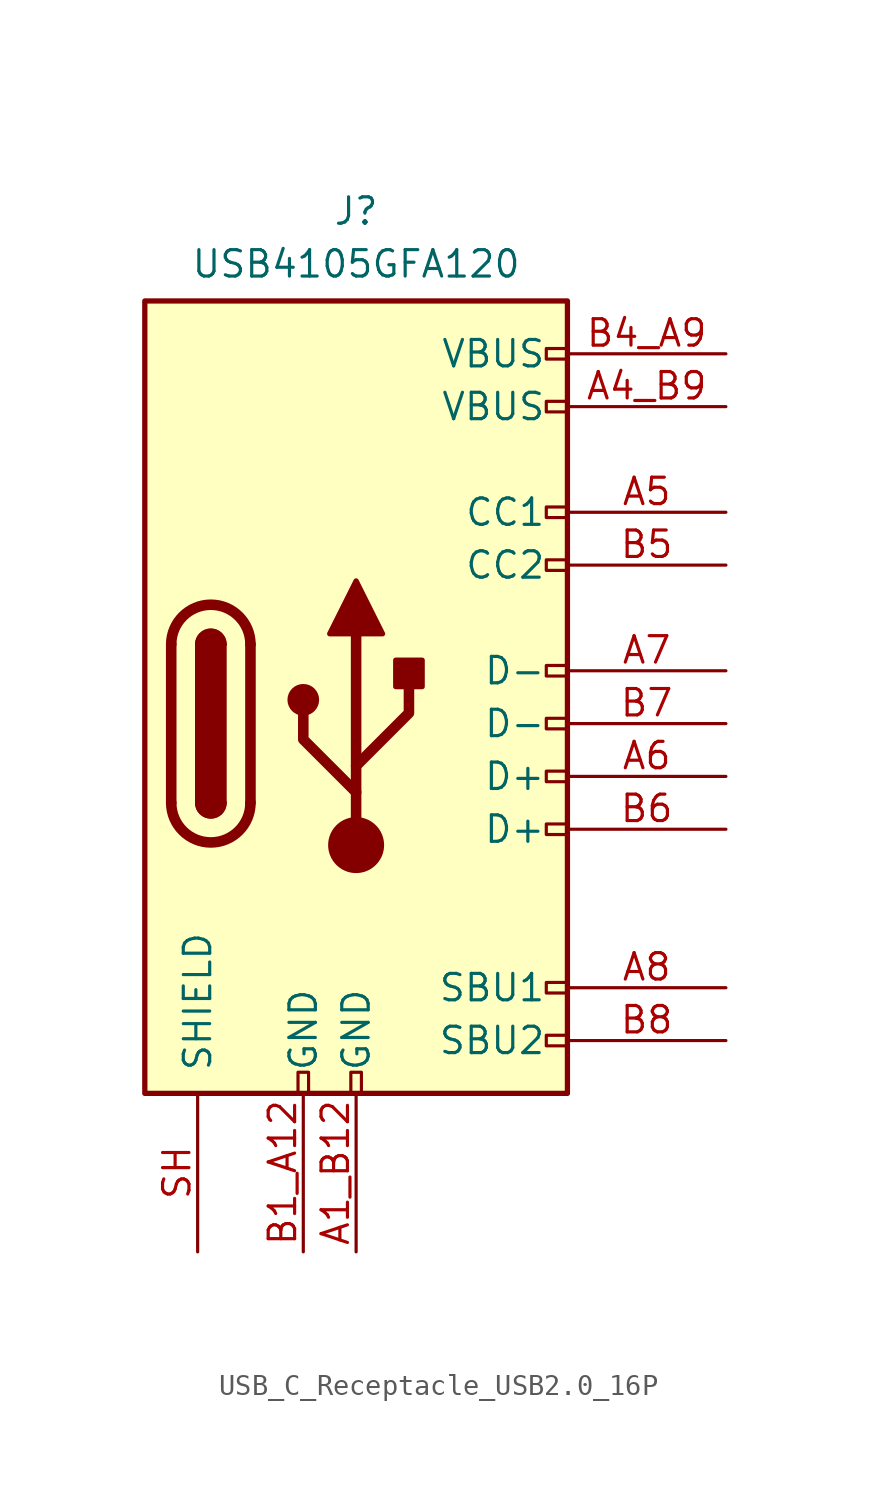
<source format=kicad_sym>
(kicad_symbol_lib
  (version 20231120)
  (generator "kicad_symbol_editor")
  (generator_version "8.0")
  (symbol "USB_C_Receptacle_USB2.0_16P"
    (pin_names
      (offset 1.016))
    (property "Reference" "J"
      (at 0 24.638 0)
      (effects (font (size 1.27 1.27))))
    (property "Value" "USB4105GFA120"
      (at 0 22.098 0)
      (effects (font (size 1.27 1.27))))
    (symbol "USB_C_Receptacle_USB2.0_16P_0_0"
      (rectangle (start -2.286 -17.78) (end -2.794 -16.764) (stroke (width 0) (type default)) (fill (type none)))
      (rectangle (start 0.254 -17.78) (end -0.254 -16.764) (stroke (width 0) (type default)) (fill (type none)))
      (rectangle (start 10.16 -14.986) (end 9.144 -15.494) (stroke (width 0) (type default)) (fill (type none)))
      (rectangle (start 10.16 -12.446) (end 9.144 -12.954) (stroke (width 0) (type default)) (fill (type none)))
      (rectangle (start 10.16 -4.826) (end 9.144 -5.334) (stroke (width 0) (type default)) (fill (type none)))
      (rectangle (start 10.16 -2.286) (end 9.144 -2.794) (stroke (width 0) (type default)) (fill (type none)))
      (rectangle (start 10.16 0.254) (end 9.144 -0.254) (stroke (width 0) (type default)) (fill (type none)))
      (rectangle (start 10.16 2.794) (end 9.144 2.286) (stroke (width 0) (type default)) (fill (type none)))
      (rectangle (start 10.16 7.874) (end 9.144 7.366) (stroke (width 0) (type default)) (fill (type none)))
      (rectangle (start 10.16 10.414) (end 9.144 9.906) (stroke (width 0) (type default)) (fill (type none)))
      (rectangle (start 10.16 15.494) (end 9.144 14.986) (stroke (width 0) (type default)) (fill (type none)))
      (rectangle (start 10.16 18.034) (end 9.144 17.526) (stroke (width 0) (type default)) (fill (type none))))
    (symbol "USB_C_Receptacle_USB2.0_16P_0_1"
      (rectangle (start -10.16 20.32) (end 10.16 -17.78) (stroke (width 0.254) (type default)) (fill (type background)))
      (arc (start -8.89 -3.81) (mid -6.985 -5.7067) (end -5.08 -3.81) (stroke (width 0.508) (type default)) (fill (type none)))
      (arc (start -7.62 -3.81) (mid -6.985 -4.4423) (end -6.35 -3.81) (stroke (width 0.254) (type default)) (fill (type none)))
      (arc (start -7.62 -3.81) (mid -6.985 -4.4423) (end -6.35 -3.81) (stroke (width 0.254) (type default)) (fill (type outline)))
      (rectangle (start -7.62 -3.81) (end -6.35 3.81) (stroke (width 0.254) (type default)) (fill (type outline)))
      (arc (start -6.35 3.81) (mid -6.985 4.4423) (end -7.62 3.81) (stroke (width 0.254) (type default)) (fill (type none)))
      (arc (start -6.35 3.81) (mid -6.985 4.4423) (end -7.62 3.81) (stroke (width 0.254) (type default)) (fill (type outline)))
      (arc (start -5.08 3.81) (mid -6.985 5.7067) (end -8.89 3.81) (stroke (width 0.508) (type default)) (fill (type none)))
      (circle (center -2.54 1.143) (radius 0.635) (stroke (width 0.254) (type default)) (fill (type outline)))
      (circle (center 0 -5.842) (radius 1.27) (stroke (width 0) (type default)) (fill (type outline)))
      (polyline (pts (xy -8.89 -3.81) (xy -8.89 3.81)) (stroke (width 0.508) (type default)) (fill (type none)))
      (polyline (pts (xy -5.08 3.81) (xy -5.08 -3.81)) (stroke (width 0.508) (type default)) (fill (type none)))
      (polyline (pts (xy 0 -5.842) (xy 0 4.318)) (stroke (width 0.508) (type default)) (fill (type none)))
      (polyline (pts (xy 0 -3.302) (xy -2.54 -0.762) (xy -2.54 0.508)) (stroke (width 0.508) (type default)) (fill (type none)))
      (polyline (pts (xy 0 -2.032) (xy 2.54 0.508) (xy 2.54 1.778)) (stroke (width 0.508) (type default)) (fill (type none)))
      (polyline (pts (xy -1.27 4.318) (xy 0 6.858) (xy 1.27 4.318) (xy -1.27 4.318)) (stroke (width 0.254) (type default)) (fill (type outline)))
      (rectangle (start 1.905 1.778) (end 3.175 3.048) (stroke (width 0.254) (type default)) (fill (type outline))))
    (symbol "USB_C_Receptacle_USB2.0_16P_1_1"
      (pin passive line (at 0 -25.4 90) (length 7.62) (name "GND" (effects (font (size 1.27 1.27)))) (number "A1_B12" (effects (font (size 1.27 1.27)))))
      (pin passive line (at 17.78 15.24 180) (length 7.62) (name "VBUS" (effects (font (size 1.27 1.27)))) (number "A4_B9" (effects (font (size 1.27 1.27)))))
      (pin bidirectional line (at 17.78 10.16 180) (length 7.62) (name "CC1" (effects (font (size 1.27 1.27)))) (number "A5" (effects (font (size 1.27 1.27)))))
      (pin bidirectional line (at 17.78 -2.54 180) (length 7.62) (name "D+" (effects (font (size 1.27 1.27)))) (number "A6" (effects (font (size 1.27 1.27)))))
      (pin bidirectional line (at 17.78 2.54 180) (length 7.62) (name "D-" (effects (font (size 1.27 1.27)))) (number "A7" (effects (font (size 1.27 1.27)))))
      (pin bidirectional line (at 17.78 -12.7 180) (length 7.62) (name "SBU1" (effects (font (size 1.27 1.27)))) (number "A8" (effects (font (size 1.27 1.27)))))
      (pin passive line (at -2.54 -25.4 90) (length 7.62) (name "GND" (effects (font (size 1.27 1.27)))) (number "B1_A12" (effects (font (size 1.27 1.27)))))
      (pin passive line (at 17.78 17.78 180) (length 7.62) (name "VBUS" (effects (font (size 1.27 1.27)))) (number "B4_A9" (effects (font (size 1.27 1.27)))))
      (pin bidirectional line (at 17.78 7.62 180) (length 7.62) (name "CC2" (effects (font (size 1.27 1.27)))) (number "B5" (effects (font (size 1.27 1.27)))))
      (pin bidirectional line (at 17.78 -5.08 180) (length 7.62) (name "D+" (effects (font (size 1.27 1.27)))) (number "B6" (effects (font (size 1.27 1.27)))))
      (pin bidirectional line (at 17.78 0 180) (length 7.62) (name "D-" (effects (font (size 1.27 1.27)))) (number "B7" (effects (font (size 1.27 1.27)))))
      (pin bidirectional line (at 17.78 -15.24 180) (length 7.62) (name "SBU2" (effects (font (size 1.27 1.27)))) (number "B8" (effects (font (size 1.27 1.27)))))
      (pin passive line (at -7.62 -25.4 90) (length 7.62) (name "SHIELD" (effects (font (size 1.27 1.27)))) (number "SH" (effects (font (size 1.27 1.27))))))))
</source>
